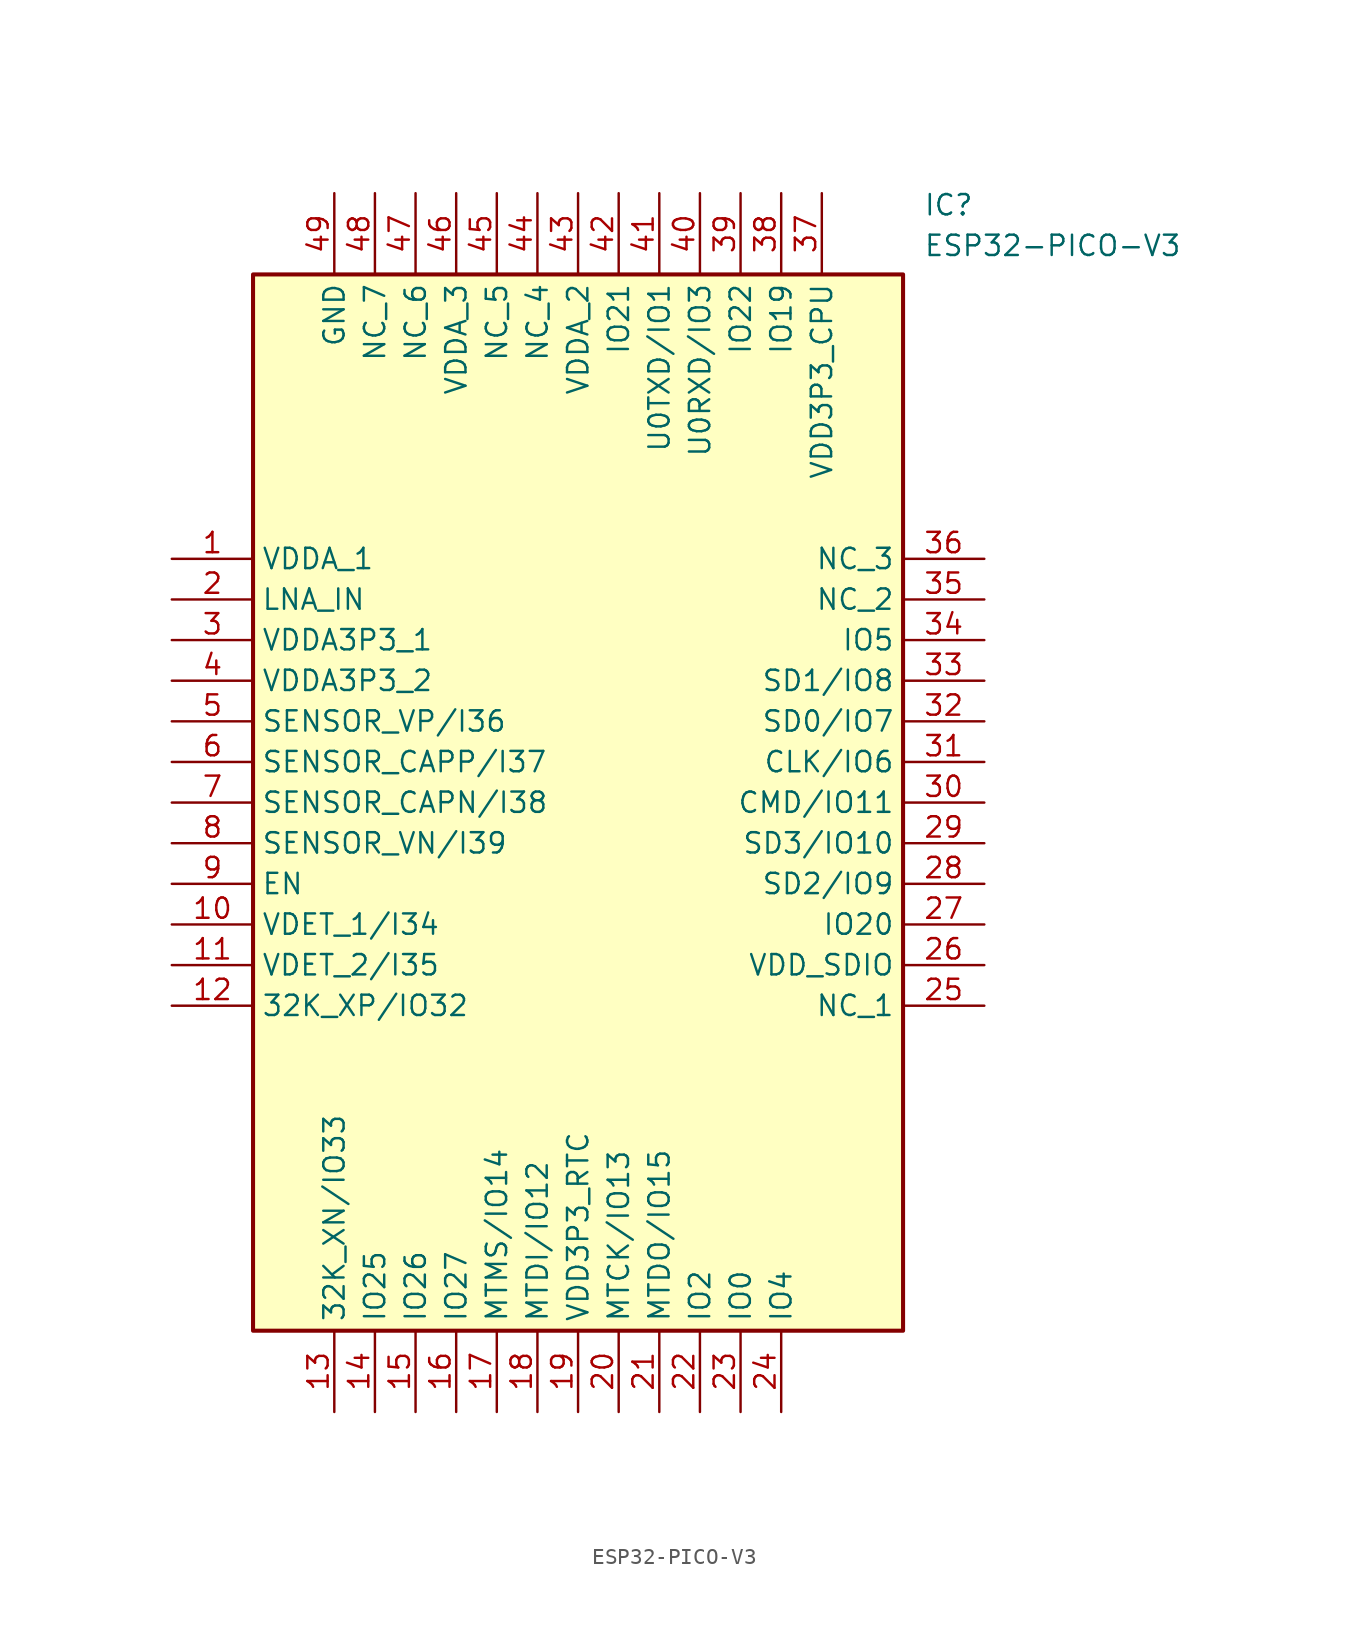
<source format=kicad_sym>
(kicad_symbol_lib
  (version 20211014)
  (generator SamacSys_ECAD_Model)
  (symbol "ESP32-PICO-V3"
    (property "Reference" "IC"
      (at 46.99 22.86 0)
      (effects (font (size 1.27 1.27)) (justify left top)))
    (property "Value" "ESP32-PICO-V3"
      (at 46.99 20.32 0)
      (effects (font (size 1.27 1.27)) (justify left top)))
    (rectangle
      (start 5.08 17.78)
      (end 45.72 -48.26)
      (stroke (width 0.254) (type default))
      (fill (type background)))
    (pin passive line
      (at 0 0 0)
      (length 5.08)
      (name "VDDA_1" (effects (font (size 1.27 1.27))))
      (number "1" (effects (font (size 1.27 1.27)))))
    (pin passive line
      (at 0 -2.54 0)
      (length 5.08)
      (name "LNA_IN" (effects (font (size 1.27 1.27))))
      (number "2" (effects (font (size 1.27 1.27)))))
    (pin passive line
      (at 0 -5.08 0)
      (length 5.08)
      (name "VDDA3P3_1" (effects (font (size 1.27 1.27))))
      (number "3" (effects (font (size 1.27 1.27)))))
    (pin passive line
      (at 0 -7.62 0)
      (length 5.08)
      (name "VDDA3P3_2" (effects (font (size 1.27 1.27))))
      (number "4" (effects (font (size 1.27 1.27)))))
    (pin passive line
      (at 0 -10.16 0)
      (length 5.08)
      (name "SENSOR_VP/I36" (effects (font (size 1.27 1.27))))
      (number "5" (effects (font (size 1.27 1.27)))))
    (pin passive line
      (at 0 -12.7 0)
      (length 5.08)
      (name "SENSOR_CAPP/I37" (effects (font (size 1.27 1.27))))
      (number "6" (effects (font (size 1.27 1.27)))))
    (pin passive line
      (at 0 -15.24 0)
      (length 5.08)
      (name "SENSOR_CAPN/I38" (effects (font (size 1.27 1.27))))
      (number "7" (effects (font (size 1.27 1.27)))))
    (pin passive line
      (at 0 -17.78 0)
      (length 5.08)
      (name "SENSOR_VN/I39" (effects (font (size 1.27 1.27))))
      (number "8" (effects (font (size 1.27 1.27)))))
    (pin passive line
      (at 0 -20.32 0)
      (length 5.08)
      (name "EN" (effects (font (size 1.27 1.27))))
      (number "9" (effects (font (size 1.27 1.27)))))
    (pin passive line
      (at 0 -22.86 0)
      (length 5.08)
      (name "VDET_1/I34" (effects (font (size 1.27 1.27))))
      (number "10" (effects (font (size 1.27 1.27)))))
    (pin passive line
      (at 0 -25.4 0)
      (length 5.08)
      (name "VDET_2/I35" (effects (font (size 1.27 1.27))))
      (number "11" (effects (font (size 1.27 1.27)))))
    (pin passive line
      (at 0 -27.94 0)
      (length 5.08)
      (name "32K_XP/IO32" (effects (font (size 1.27 1.27))))
      (number "12" (effects (font (size 1.27 1.27)))))
    (pin passive line
      (at 10.16 -53.34 90)
      (length 5.08)
      (name "32K_XN/IO33" (effects (font (size 1.27 1.27))))
      (number "13" (effects (font (size 1.27 1.27)))))
    (pin passive line
      (at 12.7 -53.34 90)
      (length 5.08)
      (name "IO25" (effects (font (size 1.27 1.27))))
      (number "14" (effects (font (size 1.27 1.27)))))
    (pin passive line
      (at 15.24 -53.34 90)
      (length 5.08)
      (name "IO26" (effects (font (size 1.27 1.27))))
      (number "15" (effects (font (size 1.27 1.27)))))
    (pin passive line
      (at 17.78 -53.34 90)
      (length 5.08)
      (name "IO27" (effects (font (size 1.27 1.27))))
      (number "16" (effects (font (size 1.27 1.27)))))
    (pin passive line
      (at 20.32 -53.34 90)
      (length 5.08)
      (name "MTMS/IO14" (effects (font (size 1.27 1.27))))
      (number "17" (effects (font (size 1.27 1.27)))))
    (pin passive line
      (at 22.86 -53.34 90)
      (length 5.08)
      (name "MTDI/IO12" (effects (font (size 1.27 1.27))))
      (number "18" (effects (font (size 1.27 1.27)))))
    (pin passive line
      (at 25.4 -53.34 90)
      (length 5.08)
      (name "VDD3P3_RTC" (effects (font (size 1.27 1.27))))
      (number "19" (effects (font (size 1.27 1.27)))))
    (pin passive line
      (at 27.94 -53.34 90)
      (length 5.08)
      (name "MTCK/IO13" (effects (font (size 1.27 1.27))))
      (number "20" (effects (font (size 1.27 1.27)))))
    (pin passive line
      (at 30.48 -53.34 90)
      (length 5.08)
      (name "MTDO/IO15" (effects (font (size 1.27 1.27))))
      (number "21" (effects (font (size 1.27 1.27)))))
    (pin passive line
      (at 33.02 -53.34 90)
      (length 5.08)
      (name "IO2" (effects (font (size 1.27 1.27))))
      (number "22" (effects (font (size 1.27 1.27)))))
    (pin passive line
      (at 35.56 -53.34 90)
      (length 5.08)
      (name "IO0" (effects (font (size 1.27 1.27))))
      (number "23" (effects (font (size 1.27 1.27)))))
    (pin passive line
      (at 38.1 -53.34 90)
      (length 5.08)
      (name "IO4" (effects (font (size 1.27 1.27))))
      (number "24" (effects (font (size 1.27 1.27)))))
    (pin passive line
      (at 50.8 -27.94 180)
      (length 5.08)
      (name "NC_1" (effects (font (size 1.27 1.27))))
      (number "25" (effects (font (size 1.27 1.27)))))
    (pin passive line
      (at 50.8 -25.4 180)
      (length 5.08)
      (name "VDD_SDIO" (effects (font (size 1.27 1.27))))
      (number "26" (effects (font (size 1.27 1.27)))))
    (pin passive line
      (at 50.8 -22.86 180)
      (length 5.08)
      (name "IO20" (effects (font (size 1.27 1.27))))
      (number "27" (effects (font (size 1.27 1.27)))))
    (pin passive line
      (at 50.8 -20.32 180)
      (length 5.08)
      (name "SD2/IO9" (effects (font (size 1.27 1.27))))
      (number "28" (effects (font (size 1.27 1.27)))))
    (pin passive line
      (at 50.8 -17.78 180)
      (length 5.08)
      (name "SD3/IO10" (effects (font (size 1.27 1.27))))
      (number "29" (effects (font (size 1.27 1.27)))))
    (pin passive line
      (at 50.8 -15.24 180)
      (length 5.08)
      (name "CMD/IO11" (effects (font (size 1.27 1.27))))
      (number "30" (effects (font (size 1.27 1.27)))))
    (pin passive line
      (at 50.8 -12.7 180)
      (length 5.08)
      (name "CLK/IO6" (effects (font (size 1.27 1.27))))
      (number "31" (effects (font (size 1.27 1.27)))))
    (pin passive line
      (at 50.8 -10.16 180)
      (length 5.08)
      (name "SD0/IO7" (effects (font (size 1.27 1.27))))
      (number "32" (effects (font (size 1.27 1.27)))))
    (pin passive line
      (at 50.8 -7.62 180)
      (length 5.08)
      (name "SD1/IO8" (effects (font (size 1.27 1.27))))
      (number "33" (effects (font (size 1.27 1.27)))))
    (pin passive line
      (at 50.8 -5.08 180)
      (length 5.08)
      (name "IO5" (effects (font (size 1.27 1.27))))
      (number "34" (effects (font (size 1.27 1.27)))))
    (pin passive line
      (at 50.8 -2.54 180)
      (length 5.08)
      (name "NC_2" (effects (font (size 1.27 1.27))))
      (number "35" (effects (font (size 1.27 1.27)))))
    (pin passive line
      (at 50.8 0 180)
      (length 5.08)
      (name "NC_3" (effects (font (size 1.27 1.27))))
      (number "36" (effects (font (size 1.27 1.27)))))
    (pin passive line
      (at 40.64 22.86 270)
      (length 5.08)
      (name "VDD3P3_CPU" (effects (font (size 1.27 1.27))))
      (number "37" (effects (font (size 1.27 1.27)))))
    (pin passive line
      (at 38.1 22.86 270)
      (length 5.08)
      (name "IO19" (effects (font (size 1.27 1.27))))
      (number "38" (effects (font (size 1.27 1.27)))))
    (pin passive line
      (at 35.56 22.86 270)
      (length 5.08)
      (name "IO22" (effects (font (size 1.27 1.27))))
      (number "39" (effects (font (size 1.27 1.27)))))
    (pin passive line
      (at 33.02 22.86 270)
      (length 5.08)
      (name "U0RXD/IO3" (effects (font (size 1.27 1.27))))
      (number "40" (effects (font (size 1.27 1.27)))))
    (pin passive line
      (at 30.48 22.86 270)
      (length 5.08)
      (name "U0TXD/IO1" (effects (font (size 1.27 1.27))))
      (number "41" (effects (font (size 1.27 1.27)))))
    (pin passive line
      (at 27.94 22.86 270)
      (length 5.08)
      (name "IO21" (effects (font (size 1.27 1.27))))
      (number "42" (effects (font (size 1.27 1.27)))))
    (pin passive line
      (at 25.4 22.86 270)
      (length 5.08)
      (name "VDDA_2" (effects (font (size 1.27 1.27))))
      (number "43" (effects (font (size 1.27 1.27)))))
    (pin passive line
      (at 22.86 22.86 270)
      (length 5.08)
      (name "NC_4" (effects (font (size 1.27 1.27))))
      (number "44" (effects (font (size 1.27 1.27)))))
    (pin passive line
      (at 20.32 22.86 270)
      (length 5.08)
      (name "NC_5" (effects (font (size 1.27 1.27))))
      (number "45" (effects (font (size 1.27 1.27)))))
    (pin passive line
      (at 17.78 22.86 270)
      (length 5.08)
      (name "VDDA_3" (effects (font (size 1.27 1.27))))
      (number "46" (effects (font (size 1.27 1.27)))))
    (pin passive line
      (at 15.24 22.86 270)
      (length 5.08)
      (name "NC_6" (effects (font (size 1.27 1.27))))
      (number "47" (effects (font (size 1.27 1.27)))))
    (pin passive line
      (at 12.7 22.86 270)
      (length 5.08)
      (name "NC_7" (effects (font (size 1.27 1.27))))
      (number "48" (effects (font (size 1.27 1.27)))))
    (pin passive line
      (at 10.16 22.86 270)
      (length 5.08)
      (name "GND" (effects (font (size 1.27 1.27))))
      (number "49" (effects (font (size 1.27 1.27)))))))
</source>
